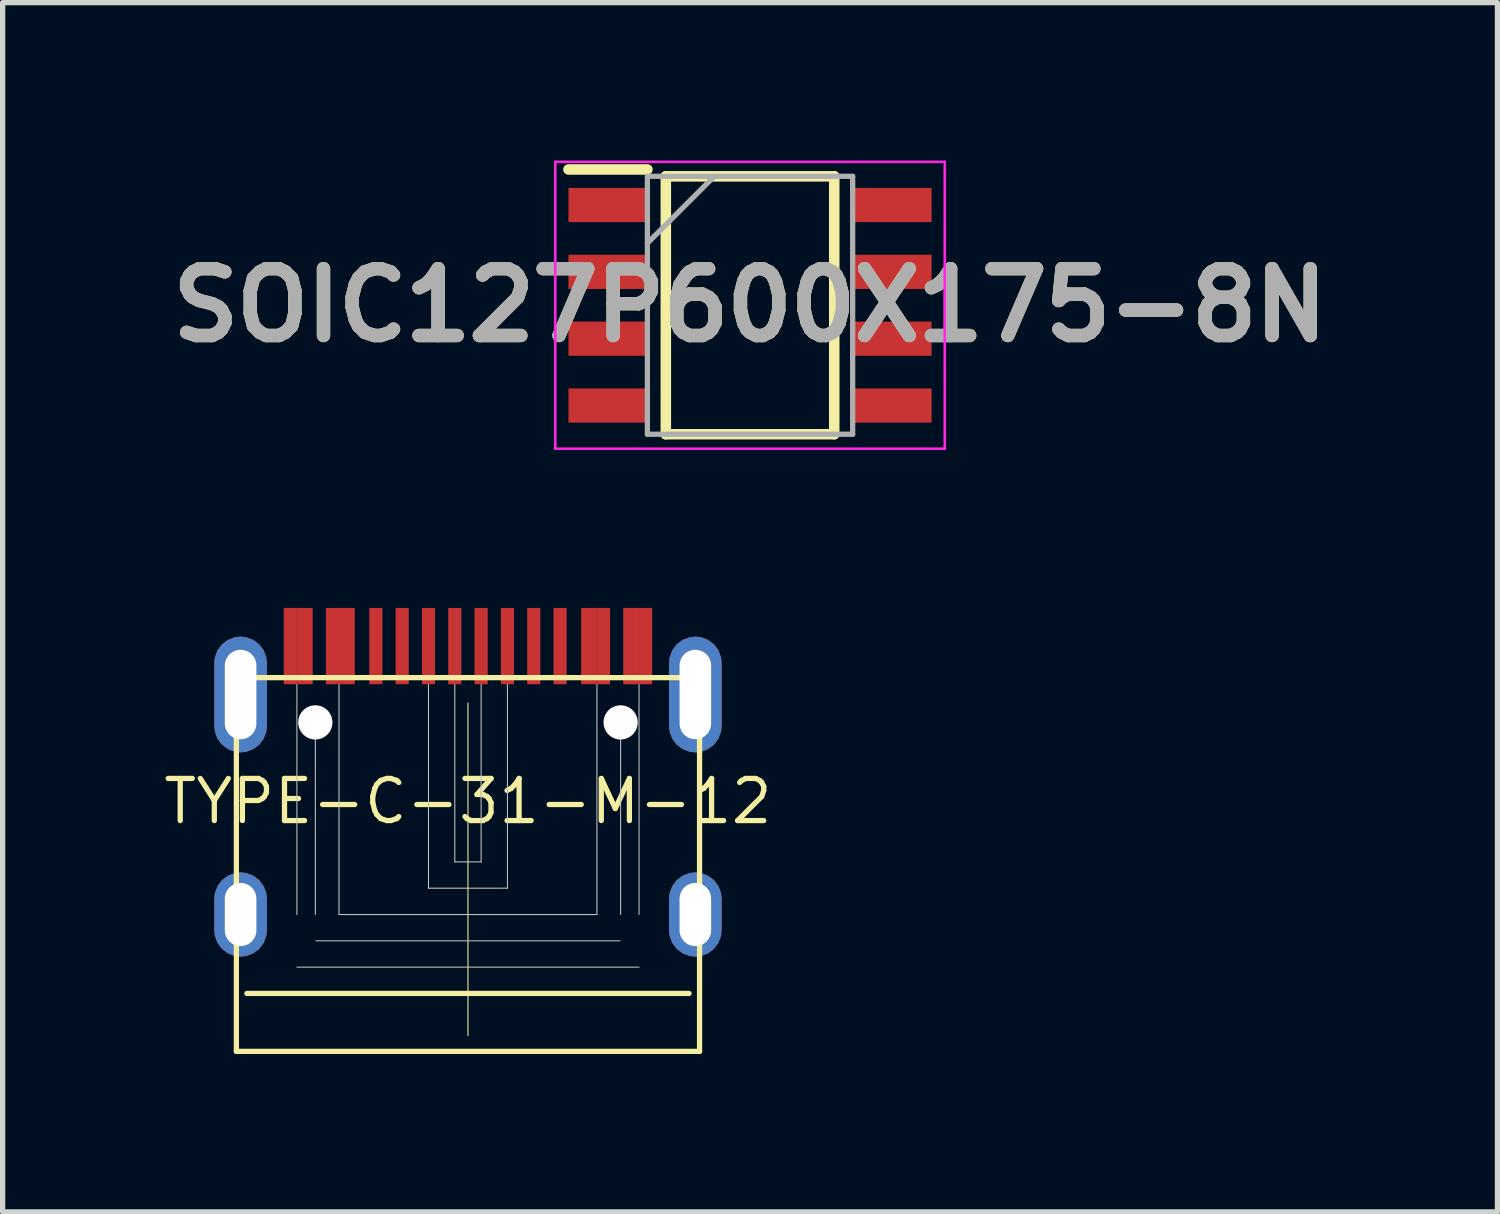
<source format=kicad_pcb>
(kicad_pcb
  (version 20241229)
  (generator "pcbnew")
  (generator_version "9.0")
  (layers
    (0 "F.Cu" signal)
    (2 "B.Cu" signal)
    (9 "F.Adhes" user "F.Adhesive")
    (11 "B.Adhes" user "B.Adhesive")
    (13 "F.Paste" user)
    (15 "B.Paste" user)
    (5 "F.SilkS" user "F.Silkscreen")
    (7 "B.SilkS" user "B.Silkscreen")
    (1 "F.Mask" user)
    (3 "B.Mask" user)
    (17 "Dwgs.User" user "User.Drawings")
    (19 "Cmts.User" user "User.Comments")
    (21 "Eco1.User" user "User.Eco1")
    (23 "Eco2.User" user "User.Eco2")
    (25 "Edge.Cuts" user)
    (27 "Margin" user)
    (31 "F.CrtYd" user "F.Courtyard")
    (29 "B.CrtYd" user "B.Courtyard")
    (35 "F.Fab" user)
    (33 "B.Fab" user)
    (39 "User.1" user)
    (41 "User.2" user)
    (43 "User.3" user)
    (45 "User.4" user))
  (footprint "TYPE-C-31-M-12"
    (layer "F.Cu")
    (at 5.841 14.325)
    (property "Reference" "TYPE-C-31-M-12" (at 0 -2.15 180) (layer "F.SilkS") (effects (font (size 0.8 0.8) (thickness 0.1))))
    (attr smd)
    (fp_line (start -4.4 -4.5) (end -4.4 2.6) (stroke (width 0.1) (type solid)) (layer "F.SilkS"))
    (fp_line (start -4.4 -4.5) (end 4.4 -4.5) (stroke (width 0.1) (type solid)) (layer "F.SilkS"))
    (fp_line (start 0 -4.02) (end 0 2.3) (stroke (width 0.02) (type solid)) (layer "F.SilkS"))
    (fp_line (start 4.2 1.5) (end -4.2 1.5) (stroke (width 0.1) (type solid)) (layer "F.SilkS"))
    (fp_line (start 4.4 -4.5) (end 4.4 2.6) (stroke (width 0.1) (type solid)) (layer "F.SilkS"))
    (fp_line (start 4.4 2.6) (end -4.4 2.6) (stroke (width 0.1) (type solid)) (layer "F.SilkS"))
    (fp_line (start -3.25 -4.37) (end -3.25 0) (stroke (width 0.02) (type solid)) (layer "Dwgs.User"))
    (fp_line (start -3.25 1) (end 3.25 1) (stroke (width 0.02) (type solid)) (layer "Dwgs.User"))
    (fp_line (start -2.9 -3.65) (end -2.9 0) (stroke (width 0.02) (type solid)) (layer "Dwgs.User"))
    (fp_line (start -2.89 0.5) (end 2.89 0.5) (stroke (width 0.02) (type solid)) (layer "Dwgs.User"))
    (fp_line (start -2.45 -4.37) (end -2.45 0) (stroke (width 0.02) (type solid)) (layer "Dwgs.User"))
    (fp_line (start -2.45 0) (end 2.45 0) (stroke (width 0.02) (type solid)) (layer "Dwgs.User"))
    (fp_line (start -0.75 -4.37) (end -0.75 -0.5) (stroke (width 0.02) (type solid)) (layer "Dwgs.User"))
    (fp_line (start -0.75 -0.5) (end 0.75 -0.5) (stroke (width 0.02) (type solid)) (layer "Dwgs.User"))
    (fp_line (start -0.25 -4.37) (end -0.25 -1) (stroke (width 0.02) (type solid)) (layer "Dwgs.User"))
    (fp_line (start -0.25 -1) (end 0.25 -1) (stroke (width 0.02) (type solid)) (layer "Dwgs.User"))
    (fp_line (start 0.25 -4.37) (end 0.25 -1) (stroke (width 0.02) (type solid)) (layer "Dwgs.User"))
    (fp_line (start 0.75 -4.37) (end 0.75 -0.5) (stroke (width 0.02) (type solid)) (layer "Dwgs.User"))
    (fp_line (start 2.45 -4.37) (end 2.45 0) (stroke (width 0.02) (type solid)) (layer "Dwgs.User"))
    (fp_line (start 2.9 -3.65) (end 2.9 0) (stroke (width 0.02) (type solid)) (layer "Dwgs.User"))
    (fp_line (start 3.25 -4.37) (end 3.25 0) (stroke (width 0.02) (type solid)) (layer "Dwgs.User"))
    (pad "" np_thru_hole circle (at -2.9 -3.65) (size 0.65 0.65) (drill 0.65) (layers "*.Cu" "*.Mask"))
    (pad "" np_thru_hole circle (at 2.9 -3.65) (size 0.65 0.65) (drill 0.65) (layers "*.Cu" "*.Mask"))
    (pad "A1" smd rect (at -3.375 -5.1) (size 0.25 1.45) (layers "F.Cu" "F.Mask" "F.Paste"))
    (pad "A4" smd rect (at -2.575 -5.1) (size 0.25 1.45) (layers "F.Cu" "F.Mask" "F.Paste"))
    (pad "A5" smd rect (at -1.25 -5.1) (size 0.25 1.45) (layers "F.Cu" "F.Mask" "F.Paste"))
    (pad "A6" smd rect (at -0.25 -5.1) (size 0.25 1.45) (layers "F.Cu" "F.Mask" "F.Paste"))
    (pad "A7" smd rect (at 0.25 -5.1) (size 0.25 1.45) (layers "F.Cu" "F.Mask" "F.Paste"))
    (pad "A8" smd rect (at 1.25 -5.1) (size 0.25 1.45) (layers "F.Cu" "F.Mask" "F.Paste"))
    (pad "A9" smd rect (at 2.575 -5.1) (size 0.25 1.45) (layers "F.Cu" "F.Mask" "F.Paste"))
    (pad "A12" smd rect (at 3.375 -5.1) (size 0.25 1.45) (layers "F.Cu" "F.Mask" "F.Paste"))
    (pad "B1" smd rect (at 3.1 -5.1) (size 0.3 1.45) (layers "F.Cu" "F.Mask" "F.Paste"))
    (pad "B4" smd rect (at 2.3 -5.1) (size 0.3 1.45) (layers "F.Cu" "F.Mask" "F.Paste"))
    (pad "B5" smd rect (at 1.75 -5.1) (size 0.25 1.45) (layers "F.Cu" "F.Mask" "F.Paste"))
    (pad "B6" smd rect (at 0.75 -5.1) (size 0.25 1.45) (layers "F.Cu" "F.Mask" "F.Paste"))
    (pad "B7" smd rect (at -0.75 -5.1) (size 0.25 1.45) (layers "F.Cu" "F.Mask" "F.Paste"))
    (pad "B8" smd rect (at -1.75 -5.1) (size 0.25 1.45) (layers "F.Cu" "F.Mask" "F.Paste"))
    (pad "B9" smd rect (at -2.3 -5.1) (size 0.3 1.45) (layers "F.Cu" "F.Mask" "F.Paste"))
    (pad "B12" smd rect (at -3.1 -5.1) (size 0.3 1.45) (layers "F.Cu" "F.Mask" "F.Paste"))
    (pad "S1" thru_hole roundrect (at -4.32 -4.18) (size 1 2.2) (drill oval 0.6 1.7) (layers "*.Cu" "*.Mask") (roundrect_rratio 0.5))
    (pad "S1" thru_hole roundrect (at -4.32 0) (size 1 1.6) (drill oval 0.6 1.2) (layers "*.Cu" "*.Mask") (roundrect_rratio 0.5))
    (pad "S1" thru_hole roundrect (at 4.32 -4.18) (size 1 2.2) (drill oval 0.6 1.7) (layers "*.Cu" "*.Mask") (roundrect_rratio 0.5))
    (pad "S1" thru_hole roundrect (at 4.32 0) (size 1 1.6) (drill oval 0.6 1.2) (layers "*.Cu" "*.Mask") (roundrect_rratio 0.5)))
  (footprint "SOIC127P600X175-8N"
    (layer "F.Cu")
    (at 11.2 2.75)
    (property "Reference" "SOIC127P600X175-8N" (at 0 0 0) (layer "F.SilkS") (effects (font (size 1.27 1.27) (thickness 0.254))))
    (attr smd)
    (fp_line (start -3.45 -2.58) (end -1.95 -2.58) (stroke (width 0.2) (type solid)) (layer "F.SilkS"))
    (fp_line (start -1.6 -2.45) (end 1.6 -2.45) (stroke (width 0.2) (type solid)) (layer "F.SilkS"))
    (fp_line (start -1.6 2.45) (end -1.6 -2.45) (stroke (width 0.2) (type solid)) (layer "F.SilkS"))
    (fp_line (start 1.6 -2.45) (end 1.6 2.45) (stroke (width 0.2) (type solid)) (layer "F.SilkS"))
    (fp_line (start 1.6 2.45) (end -1.6 2.45) (stroke (width 0.2) (type solid)) (layer "F.SilkS"))
    (fp_line (start -3.7 -2.725) (end 3.7 -2.725) (stroke (width 0.05) (type solid)) (layer "F.CrtYd"))
    (fp_line (start -3.7 2.725) (end -3.7 -2.725) (stroke (width 0.05) (type solid)) (layer "F.CrtYd"))
    (fp_line (start 3.7 -2.725) (end 3.7 2.725) (stroke (width 0.05) (type solid)) (layer "F.CrtYd"))
    (fp_line (start 3.7 2.725) (end -3.7 2.725) (stroke (width 0.05) (type solid)) (layer "F.CrtYd"))
    (fp_line (start -1.95 -2.45) (end 1.95 -2.45) (stroke (width 0.1) (type solid)) (layer "F.Fab"))
    (fp_line (start -1.95 -1.18) (end -0.68 -2.45) (stroke (width 0.1) (type solid)) (layer "F.Fab"))
    (fp_line (start -1.95 2.45) (end -1.95 -2.45) (stroke (width 0.1) (type solid)) (layer "F.Fab"))
    (fp_line (start 1.95 -2.45) (end 1.95 2.45) (stroke (width 0.1) (type solid)) (layer "F.Fab"))
    (fp_line (start 1.95 2.45) (end -1.95 2.45) (stroke (width 0.1) (type solid)) (layer "F.Fab"))
    (fp_text user "${REFERENCE}" (at 0 0 0) (layer "F.Fab") (effects (font (size 1.27 1.27) (thickness 0.254))))
    (pad "1" smd rect (at -2.7 -1.905 90) (size 0.65 1.5) (layers "F.Cu" "F.Mask" "F.Paste"))
    (pad "2" smd rect (at -2.7 -0.635 90) (size 0.65 1.5) (layers "F.Cu" "F.Mask" "F.Paste"))
    (pad "3" smd rect (at -2.7 0.635 90) (size 0.65 1.5) (layers "F.Cu" "F.Mask" "F.Paste"))
    (pad "4" smd rect (at -2.7 1.905 90) (size 0.65 1.5) (layers "F.Cu" "F.Mask" "F.Paste"))
    (pad "5" smd rect (at 2.7 1.905 90) (size 0.65 1.5) (layers "F.Cu" "F.Mask" "F.Paste"))
    (pad "6" smd rect (at 2.7 0.635 90) (size 0.65 1.5) (layers "F.Cu" "F.Mask" "F.Paste"))
    (pad "7" smd rect (at 2.7 -0.635 90) (size 0.65 1.5) (layers "F.Cu" "F.Mask" "F.Paste"))
    (pad "8" smd rect (at 2.7 -1.905 90) (size 0.65 1.5) (layers "F.Cu" "F.Mask" "F.Paste")))
  (gr_rect
    (start -3 -3)
    (end 25.4 19.975)
    (stroke (width 0.1) (type default))
    (fill no)
    (layer "Edge.Cuts")))
</source>
